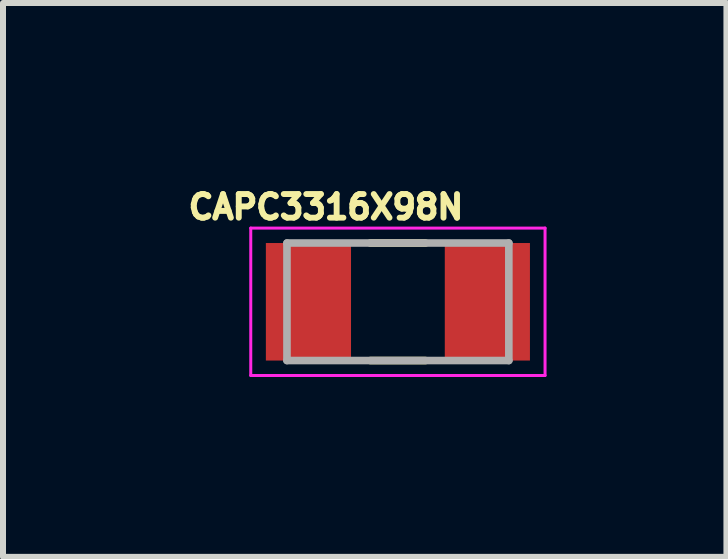
<source format=kicad_pcb>
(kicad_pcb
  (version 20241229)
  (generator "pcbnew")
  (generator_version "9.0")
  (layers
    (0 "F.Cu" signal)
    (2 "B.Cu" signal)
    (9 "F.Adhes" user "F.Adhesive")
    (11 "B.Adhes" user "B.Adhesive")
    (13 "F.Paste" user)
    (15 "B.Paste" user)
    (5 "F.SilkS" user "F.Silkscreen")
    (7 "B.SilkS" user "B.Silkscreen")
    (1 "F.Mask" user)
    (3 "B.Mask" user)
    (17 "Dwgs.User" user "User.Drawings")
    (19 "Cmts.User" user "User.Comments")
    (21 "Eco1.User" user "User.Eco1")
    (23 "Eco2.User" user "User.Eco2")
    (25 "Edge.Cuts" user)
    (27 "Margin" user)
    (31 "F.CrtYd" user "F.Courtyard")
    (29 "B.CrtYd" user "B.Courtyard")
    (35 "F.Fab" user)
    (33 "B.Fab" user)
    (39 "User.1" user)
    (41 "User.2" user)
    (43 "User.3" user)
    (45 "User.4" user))
  (footprint "CAPC3316X98N"
    (layer "F.Cu")
    (at 3.586 1.983)
    (property "Reference" "CAPC3316X98N" (at -1.2 -1.58 0) (layer "F.SilkS") (effects (font (size 0.394 0.394) (thickness 0.15))))
    (attr smd)
    (fp_line (start -0.46 -0.98) (end 0.46 -0.98) (stroke (width 0.127) (type solid)) (layer "F.SilkS"))
    (fp_line (start -0.46 0.98) (end 0.46 0.98) (stroke (width 0.127) (type solid)) (layer "F.SilkS"))
    (fp_line (start -2.454 -1.229) (end 2.454 -1.229) (stroke (width 0.05) (type solid)) (layer "F.CrtYd"))
    (fp_line (start -2.454 1.229) (end -2.454 -1.229) (stroke (width 0.05) (type solid)) (layer "F.CrtYd"))
    (fp_line (start -2.454 1.229) (end 2.454 1.229) (stroke (width 0.05) (type solid)) (layer "F.CrtYd"))
    (fp_line (start 2.454 1.229) (end 2.454 -1.229) (stroke (width 0.05) (type solid)) (layer "F.CrtYd"))
    (fp_line (start -1.85 0.98) (end -1.85 -0.98) (stroke (width 0.127) (type solid)) (layer "F.Fab"))
    (fp_line (start 1.85 -0.98) (end -1.85 -0.98) (stroke (width 0.127) (type solid)) (layer "F.Fab"))
    (fp_line (start 1.85 0.98) (end -1.85 0.98) (stroke (width 0.127) (type solid)) (layer "F.Fab"))
    (fp_line (start 1.85 0.98) (end 1.85 -0.98) (stroke (width 0.127) (type solid)) (layer "F.Fab"))
    (pad "1" smd rect (at -1.492 0) (size 1.42 1.96) (layers "F.Cu" "F.Mask" "F.Paste"))
    (pad "2" smd rect (at 1.492 0) (size 1.42 1.96) (layers "F.Cu" "F.Mask" "F.Paste")))
  (gr_rect
    (start -3 -3)
    (end 9.065 6.237)
    (stroke (width 0.1) (type default))
    (fill no)
    (layer "Edge.Cuts")))
</source>
